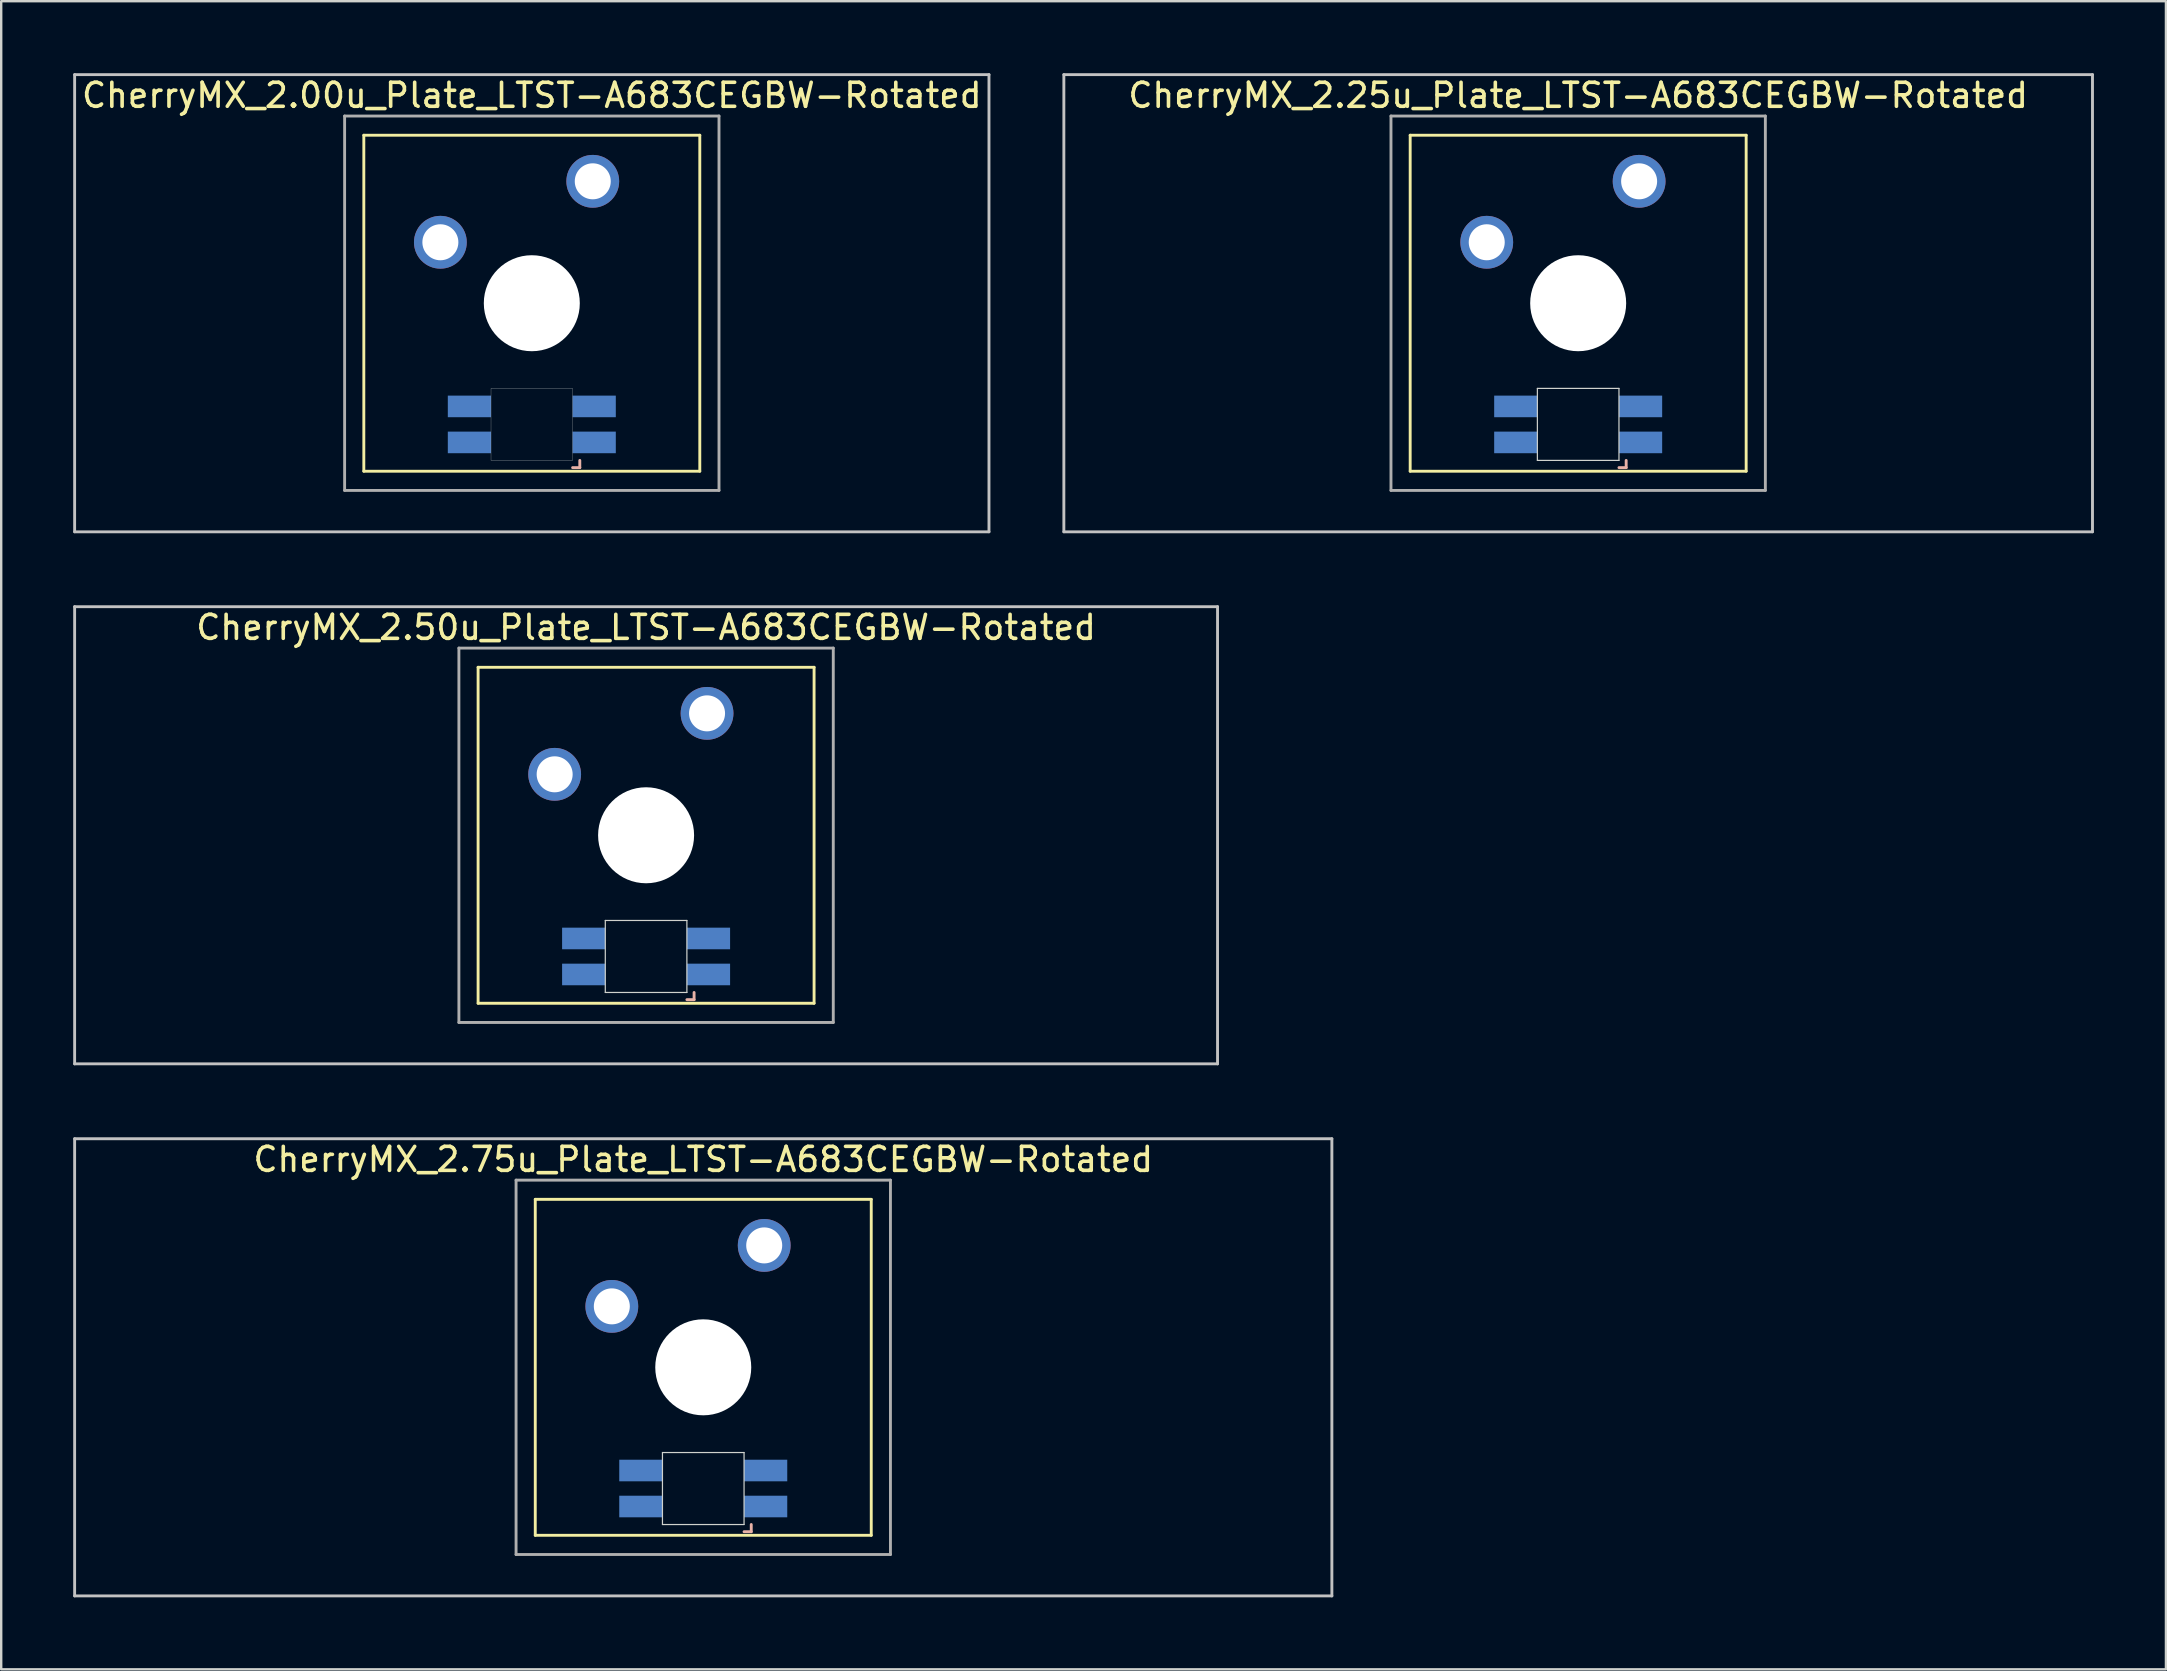
<source format=kicad_pcb>
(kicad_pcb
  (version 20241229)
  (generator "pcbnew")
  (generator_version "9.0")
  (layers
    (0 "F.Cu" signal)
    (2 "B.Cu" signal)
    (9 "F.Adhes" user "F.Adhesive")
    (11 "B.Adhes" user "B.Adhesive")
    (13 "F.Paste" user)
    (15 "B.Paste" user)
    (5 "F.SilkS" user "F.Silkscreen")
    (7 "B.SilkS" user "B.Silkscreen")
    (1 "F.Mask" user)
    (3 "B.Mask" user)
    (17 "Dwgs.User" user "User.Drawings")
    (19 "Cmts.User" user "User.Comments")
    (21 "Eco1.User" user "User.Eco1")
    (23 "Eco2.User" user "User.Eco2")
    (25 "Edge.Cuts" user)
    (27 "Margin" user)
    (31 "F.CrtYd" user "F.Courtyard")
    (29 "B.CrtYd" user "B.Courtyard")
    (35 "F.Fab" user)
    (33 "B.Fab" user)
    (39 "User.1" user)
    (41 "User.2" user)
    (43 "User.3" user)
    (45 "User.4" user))
  (footprint "CherryMX_2.50u_Plate_LTST-A683CEGBW-Rotated"
    (layer "F.Cu")
    (at 23.872 31.755)
    (property "Reference" "CherryMX_2.50u_Plate_LTST-A683CEGBW-Rotated" (at 0 -8.662 0) (layer "F.SilkS") (effects (font (size 1 1) (thickness 0.15))))
    (attr through_hole)
    (fp_line (start -7 -7) (end -7 7) (stroke (width 0.12) (type solid)) (layer "F.SilkS"))
    (fp_line (start -7 -7) (end 7 -7) (stroke (width 0.12) (type solid)) (layer "F.SilkS"))
    (fp_line (start 7 -7) (end 7 7) (stroke (width 0.12) (type solid)) (layer "F.SilkS"))
    (fp_line (start 7 7) (end -7 7) (stroke (width 0.12) (type solid)) (layer "F.SilkS"))
    (fp_line (start 1.7 6.85) (end 2 6.85) (stroke (width 0.12) (type solid)) (layer "B.SilkS"))
    (fp_line (start 2 6.85) (end 2 6.55) (stroke (width 0.12) (type solid)) (layer "B.SilkS"))
    (fp_line (start -23.812 -9.525) (end 23.812 -9.525) (stroke (width 0.12) (type solid)) (layer "Dwgs.User"))
    (fp_line (start -23.812 9.525) (end -23.812 -9.525) (stroke (width 0.12) (type solid)) (layer "Dwgs.User"))
    (fp_line (start 23.812 -9.525) (end 23.812 9.525) (stroke (width 0.12) (type solid)) (layer "Dwgs.User"))
    (fp_line (start 23.812 9.525) (end -23.812 9.525) (stroke (width 0.12) (type solid)) (layer "Dwgs.User"))
    (fp_line (start -1.7 3.55) (end 1.7 3.55) (stroke (width 0.05) (type solid)) (layer "Edge.Cuts"))
    (fp_line (start -1.7 6.55) (end -1.7 3.55) (stroke (width 0.05) (type solid)) (layer "Edge.Cuts"))
    (fp_line (start 1.7 3.55) (end 1.7 6.55) (stroke (width 0.05) (type solid)) (layer "Edge.Cuts"))
    (fp_line (start 1.7 6.55) (end -1.7 6.55) (stroke (width 0.05) (type solid)) (layer "Edge.Cuts"))
    (fp_line (start -7.8 -7.8) (end -7.8 7.8) (stroke (width 0.12) (type solid)) (layer "F.Fab"))
    (fp_line (start -7.8 -7.8) (end 7.8 -7.8) (stroke (width 0.12) (type solid)) (layer "F.Fab"))
    (fp_line (start -7.8 7.8) (end 7.8 7.8) (stroke (width 0.12) (type solid)) (layer "F.Fab"))
    (fp_line (start 7.8 -7.8) (end 7.8 7.8) (stroke (width 0.12) (type solid)) (layer "F.Fab"))
    (pad "" np_thru_hole circle (at 0 0) (size 4 4) (drill 4) (layers "*.Cu" "*.Mask"))
    (pad "1" thru_hole circle (at -3.81 -2.54) (size 2.2 2.2) (drill 1.5) (layers "*.Cu" "*.Mask"))
    (pad "2" thru_hole circle (at 2.54 -5.08) (size 2.2 2.2) (drill 1.5) (layers "*.Cu" "*.Mask"))
    (pad "3" smd rect (at 2.6 5.8) (size 1.8 0.9) (layers "B.Cu" "B.Mask" "B.Paste"))
    (pad "4" smd rect (at 2.6 4.3) (size 1.8 0.9) (layers "B.Cu" "B.Mask" "B.Paste"))
    (pad "5" smd rect (at -2.6 5.8) (size 1.8 0.9) (layers "B.Cu" "B.Mask" "B.Paste"))
    (pad "6" smd rect (at -2.6 4.3) (size 1.8 0.9) (layers "B.Cu" "B.Mask" "B.Paste")))
  (footprint "CherryMX_2.25u_Plate_LTST-A683CEGBW-Rotated"
    (layer "F.Cu")
    (at 62.711 9.585)
    (property "Reference" "CherryMX_2.25u_Plate_LTST-A683CEGBW-Rotated" (at 0 -8.662 0) (layer "F.SilkS") (effects (font (size 1 1) (thickness 0.15))))
    (attr through_hole)
    (fp_line (start -7 -7) (end -7 7) (stroke (width 0.12) (type solid)) (layer "F.SilkS"))
    (fp_line (start -7 -7) (end 7 -7) (stroke (width 0.12) (type solid)) (layer "F.SilkS"))
    (fp_line (start 7 -7) (end 7 7) (stroke (width 0.12) (type solid)) (layer "F.SilkS"))
    (fp_line (start 7 7) (end -7 7) (stroke (width 0.12) (type solid)) (layer "F.SilkS"))
    (fp_line (start 1.7 6.85) (end 2 6.85) (stroke (width 0.12) (type solid)) (layer "B.SilkS"))
    (fp_line (start 2 6.85) (end 2 6.55) (stroke (width 0.12) (type solid)) (layer "B.SilkS"))
    (fp_line (start -21.431 -9.525) (end 21.431 -9.525) (stroke (width 0.12) (type solid)) (layer "Dwgs.User"))
    (fp_line (start -21.431 9.525) (end -21.431 -9.525) (stroke (width 0.12) (type solid)) (layer "Dwgs.User"))
    (fp_line (start 21.431 -9.525) (end 21.431 9.525) (stroke (width 0.12) (type solid)) (layer "Dwgs.User"))
    (fp_line (start 21.431 9.525) (end -21.431 9.525) (stroke (width 0.12) (type solid)) (layer "Dwgs.User"))
    (fp_line (start -1.7 3.55) (end 1.7 3.55) (stroke (width 0.05) (type solid)) (layer "Edge.Cuts"))
    (fp_line (start -1.7 6.55) (end -1.7 3.55) (stroke (width 0.05) (type solid)) (layer "Edge.Cuts"))
    (fp_line (start 1.7 3.55) (end 1.7 6.55) (stroke (width 0.05) (type solid)) (layer "Edge.Cuts"))
    (fp_line (start 1.7 6.55) (end -1.7 6.55) (stroke (width 0.05) (type solid)) (layer "Edge.Cuts"))
    (fp_line (start -7.8 -7.8) (end -7.8 7.8) (stroke (width 0.12) (type solid)) (layer "F.Fab"))
    (fp_line (start -7.8 -7.8) (end 7.8 -7.8) (stroke (width 0.12) (type solid)) (layer "F.Fab"))
    (fp_line (start -7.8 7.8) (end 7.8 7.8) (stroke (width 0.12) (type solid)) (layer "F.Fab"))
    (fp_line (start 7.8 -7.8) (end 7.8 7.8) (stroke (width 0.12) (type solid)) (layer "F.Fab"))
    (pad "" np_thru_hole circle (at 0 0) (size 4 4) (drill 4) (layers "*.Cu" "*.Mask"))
    (pad "1" thru_hole circle (at -3.81 -2.54) (size 2.2 2.2) (drill 1.5) (layers "*.Cu" "*.Mask"))
    (pad "2" thru_hole circle (at 2.54 -5.08) (size 2.2 2.2) (drill 1.5) (layers "*.Cu" "*.Mask"))
    (pad "3" smd rect (at 2.6 5.8) (size 1.8 0.9) (layers "B.Cu" "B.Mask" "B.Paste"))
    (pad "4" smd rect (at 2.6 4.3) (size 1.8 0.9) (layers "B.Cu" "B.Mask" "B.Paste"))
    (pad "5" smd rect (at -2.6 5.8) (size 1.8 0.9) (layers "B.Cu" "B.Mask" "B.Paste"))
    (pad "6" smd rect (at -2.6 4.3) (size 1.8 0.9) (layers "B.Cu" "B.Mask" "B.Paste")))
  (footprint "CherryMX_2.00u_Plate_LTST-A683CEGBW-Rotated"
    (layer "F.Cu")
    (at 19.11 9.585)
    (property "Reference" "CherryMX_2.00u_Plate_LTST-A683CEGBW-Rotated" (at 0 -8.662 0) (layer "F.SilkS") (effects (font (size 1 1) (thickness 0.15))))
    (attr through_hole)
    (fp_line (start -7 -7) (end -7 7) (stroke (width 0.12) (type solid)) (layer "F.SilkS"))
    (fp_line (start -7 -7) (end 7 -7) (stroke (width 0.12) (type solid)) (layer "F.SilkS"))
    (fp_line (start 7 -7) (end 7 7) (stroke (width 0.12) (type solid)) (layer "F.SilkS"))
    (fp_line (start 7 7) (end -7 7) (stroke (width 0.12) (type solid)) (layer "F.SilkS"))
    (fp_line (start 1.7 6.85) (end 2 6.85) (stroke (width 0.12) (type solid)) (layer "B.SilkS"))
    (fp_line (start 2 6.85) (end 2 6.55) (stroke (width 0.12) (type solid)) (layer "B.SilkS"))
    (fp_line (start -19.05 -9.525) (end 19.05 -9.525) (stroke (width 0.12) (type solid)) (layer "Dwgs.User"))
    (fp_line (start -19.05 9.525) (end -19.05 -9.525) (stroke (width 0.12) (type solid)) (layer "Dwgs.User"))
    (fp_line (start 19.05 -9.525) (end 19.05 9.525) (stroke (width 0.12) (type solid)) (layer "Dwgs.User"))
    (fp_line (start 19.05 9.525) (end -19.05 9.525) (stroke (width 0.12) (type solid)) (layer "Dwgs.User"))
    (fp_poly (pts (xy -1.7 3.55) (xy 1.7 3.55) (xy 1.7 6.55) (xy -1.7 6.55)) (stroke (width 0.01) (type solid)) (fill no) (layer "Edge.Cuts"))
    (fp_line (start -7.8 -7.8) (end -7.8 7.8) (stroke (width 0.12) (type solid)) (layer "F.Fab"))
    (fp_line (start -7.8 -7.8) (end 7.8 -7.8) (stroke (width 0.12) (type solid)) (layer "F.Fab"))
    (fp_line (start -7.8 7.8) (end 7.8 7.8) (stroke (width 0.12) (type solid)) (layer "F.Fab"))
    (fp_line (start 7.8 -7.8) (end 7.8 7.8) (stroke (width 0.12) (type solid)) (layer "F.Fab"))
    (pad "" np_thru_hole circle (at 0 0) (size 4 4) (drill 4) (layers "*.Cu" "*.Mask"))
    (pad "1" thru_hole circle (at -3.81 -2.54) (size 2.2 2.2) (drill 1.5) (layers "*.Cu" "*.Mask"))
    (pad "2" thru_hole circle (at 2.54 -5.08) (size 2.2 2.2) (drill 1.5) (layers "*.Cu" "*.Mask"))
    (pad "3" smd rect (at 2.6 5.8 180) (size 1.8 0.9) (layers "B.Cu" "B.Mask" "B.Paste"))
    (pad "4" smd rect (at 2.6 4.3 180) (size 1.8 0.9) (layers "B.Cu" "B.Mask" "B.Paste"))
    (pad "5" smd rect (at -2.6 5.8 180) (size 1.8 0.9) (layers "B.Cu" "B.Mask" "B.Paste"))
    (pad "6" smd rect (at -2.6 4.3 180) (size 1.8 0.9) (layers "B.Cu" "B.Mask" "B.Paste")))
  (footprint "CherryMX_2.75u_Plate_LTST-A683CEGBW-Rotated"
    (layer "F.Cu")
    (at 26.254 53.925)
    (property "Reference" "CherryMX_2.75u_Plate_LTST-A683CEGBW-Rotated" (at 0 -8.662 0) (layer "F.SilkS") (effects (font (size 1 1) (thickness 0.15))))
    (attr through_hole)
    (fp_line (start -7 -7) (end -7 7) (stroke (width 0.12) (type solid)) (layer "F.SilkS"))
    (fp_line (start -7 -7) (end 7 -7) (stroke (width 0.12) (type solid)) (layer "F.SilkS"))
    (fp_line (start 7 -7) (end 7 7) (stroke (width 0.12) (type solid)) (layer "F.SilkS"))
    (fp_line (start 7 7) (end -7 7) (stroke (width 0.12) (type solid)) (layer "F.SilkS"))
    (fp_line (start 1.7 6.85) (end 2 6.85) (stroke (width 0.12) (type solid)) (layer "B.SilkS"))
    (fp_line (start 2 6.85) (end 2 6.55) (stroke (width 0.12) (type solid)) (layer "B.SilkS"))
    (fp_line (start -26.194 -9.525) (end 26.194 -9.525) (stroke (width 0.12) (type solid)) (layer "Dwgs.User"))
    (fp_line (start -26.194 9.525) (end -26.194 -9.525) (stroke (width 0.12) (type solid)) (layer "Dwgs.User"))
    (fp_line (start 26.194 -9.525) (end 26.194 9.525) (stroke (width 0.12) (type solid)) (layer "Dwgs.User"))
    (fp_line (start 26.194 9.525) (end -26.194 9.525) (stroke (width 0.12) (type solid)) (layer "Dwgs.User"))
    (fp_line (start -1.7 3.55) (end 1.7 3.55) (stroke (width 0.05) (type solid)) (layer "Edge.Cuts"))
    (fp_line (start -1.7 6.55) (end -1.7 3.55) (stroke (width 0.05) (type solid)) (layer "Edge.Cuts"))
    (fp_line (start 1.7 3.55) (end 1.7 6.55) (stroke (width 0.05) (type solid)) (layer "Edge.Cuts"))
    (fp_line (start 1.7 6.55) (end -1.7 6.55) (stroke (width 0.05) (type solid)) (layer "Edge.Cuts"))
    (fp_line (start -7.8 -7.8) (end -7.8 7.8) (stroke (width 0.12) (type solid)) (layer "F.Fab"))
    (fp_line (start -7.8 -7.8) (end 7.8 -7.8) (stroke (width 0.12) (type solid)) (layer "F.Fab"))
    (fp_line (start -7.8 7.8) (end 7.8 7.8) (stroke (width 0.12) (type solid)) (layer "F.Fab"))
    (fp_line (start 7.8 -7.8) (end 7.8 7.8) (stroke (width 0.12) (type solid)) (layer "F.Fab"))
    (pad "" np_thru_hole circle (at 0 0) (size 4 4) (drill 4) (layers "*.Cu" "*.Mask"))
    (pad "1" thru_hole circle (at -3.81 -2.54) (size 2.2 2.2) (drill 1.5) (layers "*.Cu" "*.Mask"))
    (pad "2" thru_hole circle (at 2.54 -5.08) (size 2.2 2.2) (drill 1.5) (layers "*.Cu" "*.Mask"))
    (pad "3" smd rect (at 2.6 5.8 180) (size 1.8 0.9) (layers "B.Cu" "B.Mask" "B.Paste"))
    (pad "4" smd rect (at 2.6 4.3 180) (size 1.8 0.9) (layers "B.Cu" "B.Mask" "B.Paste"))
    (pad "5" smd rect (at -2.6 5.8 180) (size 1.8 0.9) (layers "B.Cu" "B.Mask" "B.Paste"))
    (pad "6" smd rect (at -2.6 4.3 180) (size 1.8 0.9) (layers "B.Cu" "B.Mask" "B.Paste")))
  (gr_rect
    (start -3 -3)
    (end 87.203 66.51)
    (stroke (width 0.1) (type default))
    (fill no)
    (layer "Edge.Cuts")))
</source>
